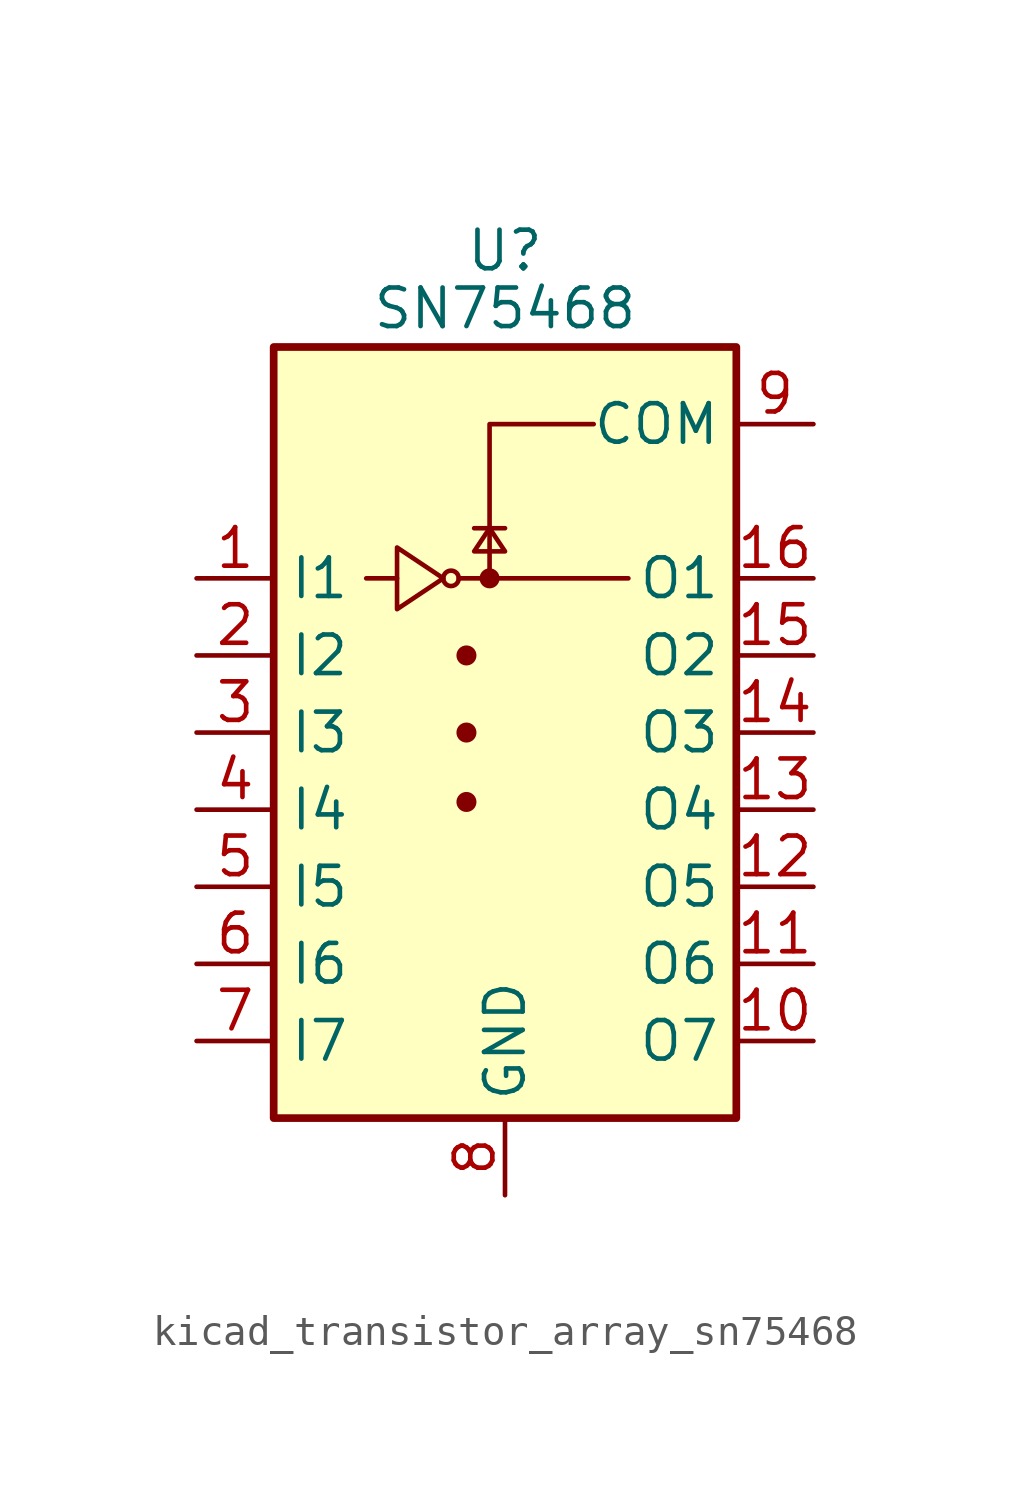
<source format=kicad_sym>
(kicad_symbol_lib
  (version 20220914)
  (generator kicad_symbol_editor)
  (symbol "kicad_transistor_array_sn75468"
    (property "Reference" "U"
      (at 0 15.875 0)
      (effects (font (size 1.27 1.27))))
    (property "Value" "SN75468"
      (at 0 13.97 0)
      (effects (font (size 1.27 1.27))))
    (symbol "kicad_transistor_array_sn75468_0_1"
      (rectangle (start -7.62 -12.7) (end 7.62 12.7) (stroke (width 0.254) (type default)) (fill (type background)))
      (circle (center -1.778 5.08) (radius 0.254) (stroke (width 0) (type default)) (fill (type none)))
      (circle (center -1.27 -2.286) (radius 0.254) (stroke (width 0) (type default)) (fill (type outline)))
      (circle (center -1.27 0) (radius 0.254) (stroke (width 0) (type default)) (fill (type outline)))
      (circle (center -1.27 2.54) (radius 0.254) (stroke (width 0) (type default)) (fill (type outline)))
      (circle (center -0.508 5.08) (radius 0.254) (stroke (width 0) (type default)) (fill (type outline)))
      (polyline (pts (xy -4.572 5.08) (xy -3.556 5.08)) (stroke (width 0) (type default)) (fill (type none)))
      (polyline (pts (xy -1.524 5.08) (xy 4.064 5.08)) (stroke (width 0) (type default)) (fill (type none)))
      (polyline (pts (xy 0 6.731) (xy -1.016 6.731)) (stroke (width 0) (type default)) (fill (type none)))
      (polyline (pts (xy -0.508 5.08) (xy -0.508 10.16) (xy 2.921 10.16)) (stroke (width 0) (type default)) (fill (type none)))
      (polyline (pts (xy -3.556 6.096) (xy -3.556 4.064) (xy -2.032 5.08) (xy -3.556 6.096)) (stroke (width 0) (type default)) (fill (type none)))
      (polyline (pts (xy 0 5.969) (xy -1.016 5.969) (xy -0.508 6.731) (xy 0 5.969)) (stroke (width 0) (type default)) (fill (type none))))
    (symbol "kicad_transistor_array_sn75468_1_1"
      (pin input line (at -10.16 5.08 0) (length 2.54) (name "I1" (effects (font (size 1.27 1.27)))) (number "1" (effects (font (size 1.27 1.27)))))
      (pin open_collector line (at 10.16 -10.16 180) (length 2.54) (name "O7" (effects (font (size 1.27 1.27)))) (number "10" (effects (font (size 1.27 1.27)))))
      (pin open_collector line (at 10.16 -7.62 180) (length 2.54) (name "O6" (effects (font (size 1.27 1.27)))) (number "11" (effects (font (size 1.27 1.27)))))
      (pin open_collector line (at 10.16 -5.08 180) (length 2.54) (name "O5" (effects (font (size 1.27 1.27)))) (number "12" (effects (font (size 1.27 1.27)))))
      (pin open_collector line (at 10.16 -2.54 180) (length 2.54) (name "O4" (effects (font (size 1.27 1.27)))) (number "13" (effects (font (size 1.27 1.27)))))
      (pin open_collector line (at 10.16 0 180) (length 2.54) (name "O3" (effects (font (size 1.27 1.27)))) (number "14" (effects (font (size 1.27 1.27)))))
      (pin open_collector line (at 10.16 2.54 180) (length 2.54) (name "O2" (effects (font (size 1.27 1.27)))) (number "15" (effects (font (size 1.27 1.27)))))
      (pin open_collector line (at 10.16 5.08 180) (length 2.54) (name "O1" (effects (font (size 1.27 1.27)))) (number "16" (effects (font (size 1.27 1.27)))))
      (pin input line (at -10.16 2.54 0) (length 2.54) (name "I2" (effects (font (size 1.27 1.27)))) (number "2" (effects (font (size 1.27 1.27)))))
      (pin input line (at -10.16 0 0) (length 2.54) (name "I3" (effects (font (size 1.27 1.27)))) (number "3" (effects (font (size 1.27 1.27)))))
      (pin input line (at -10.16 -2.54 0) (length 2.54) (name "I4" (effects (font (size 1.27 1.27)))) (number "4" (effects (font (size 1.27 1.27)))))
      (pin input line (at -10.16 -5.08 0) (length 2.54) (name "I5" (effects (font (size 1.27 1.27)))) (number "5" (effects (font (size 1.27 1.27)))))
      (pin input line (at -10.16 -7.62 0) (length 2.54) (name "I6" (effects (font (size 1.27 1.27)))) (number "6" (effects (font (size 1.27 1.27)))))
      (pin input line (at -10.16 -10.16 0) (length 2.54) (name "I7" (effects (font (size 1.27 1.27)))) (number "7" (effects (font (size 1.27 1.27)))))
      (pin power_in line (at 0 -15.24 90) (length 2.54) (name "GND" (effects (font (size 1.27 1.27)))) (number "8" (effects (font (size 1.27 1.27)))))
      (pin passive line (at 10.16 10.16 180) (length 2.54) (name "COM" (effects (font (size 1.27 1.27)))) (number "9" (effects (font (size 1.27 1.27))))))))
</source>
